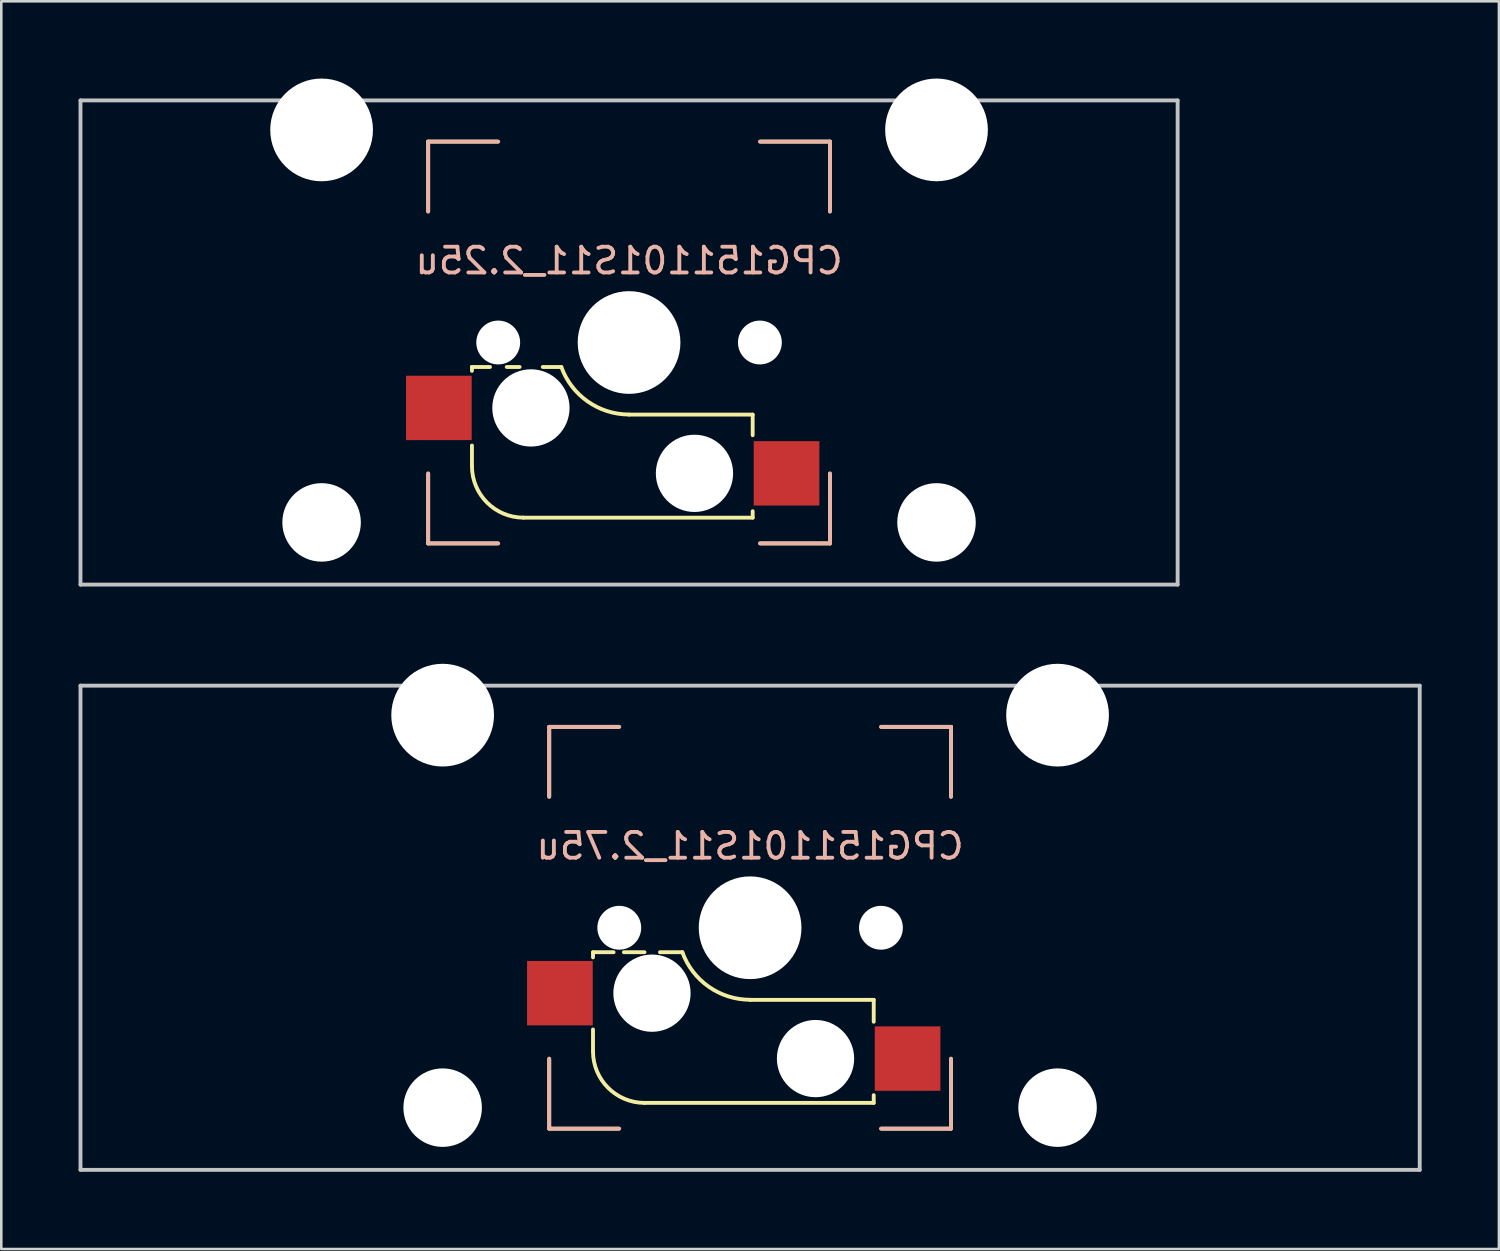
<source format=kicad_pcb>
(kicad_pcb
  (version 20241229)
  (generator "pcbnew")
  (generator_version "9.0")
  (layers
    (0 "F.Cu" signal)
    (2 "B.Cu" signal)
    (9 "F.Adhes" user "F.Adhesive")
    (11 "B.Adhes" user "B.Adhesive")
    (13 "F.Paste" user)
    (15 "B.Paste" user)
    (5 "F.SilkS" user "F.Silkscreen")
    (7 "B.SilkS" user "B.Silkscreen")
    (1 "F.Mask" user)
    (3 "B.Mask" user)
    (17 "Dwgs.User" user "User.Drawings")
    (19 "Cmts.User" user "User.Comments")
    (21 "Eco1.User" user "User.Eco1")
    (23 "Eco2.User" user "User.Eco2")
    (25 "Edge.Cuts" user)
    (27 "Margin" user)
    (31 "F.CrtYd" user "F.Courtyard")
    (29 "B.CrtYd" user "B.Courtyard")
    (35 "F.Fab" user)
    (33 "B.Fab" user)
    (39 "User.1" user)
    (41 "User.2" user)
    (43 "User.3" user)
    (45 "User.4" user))
  (footprint "CPG151101S11_2.25u"
    (layer "F.Cu")
    (at 21.375 10.249)
    (property "Reference" "CPG151101S11_2.25u" (at 0 -3.175 0) (layer "B.SilkS") (effects (font (size 1 1) (thickness 0.15)) (justify mirror)))
    (attr smd)
    (fp_line (start -7.8 -7.8) (end -7.8 -5.1) (stroke (width 0.15) (type solid)) (layer "F.SilkS"))
    (fp_line (start -7.8 5.1) (end -7.8 7.8) (stroke (width 0.15) (type solid)) (layer "F.SilkS"))
    (fp_line (start -7.8 7.8) (end -5.1 7.8) (stroke (width 0.15) (type solid)) (layer "F.SilkS"))
    (fp_line (start -6.1 0.95) (end -6.1 1.1) (stroke (width 0.15) (type solid)) (layer "F.SilkS"))
    (fp_line (start -6.1 4.8) (end -6.1 4) (stroke (width 0.15) (type solid)) (layer "F.SilkS"))
    (fp_line (start -5.4 0.95) (end -6.1 0.95) (stroke (width 0.15) (type solid)) (layer "F.SilkS"))
    (fp_line (start -5.1 -7.8) (end -7.8 -7.8) (stroke (width 0.15) (type solid)) (layer "F.SilkS"))
    (fp_line (start -4.75 0.95) (end -4.25 0.95) (stroke (width 0.15) (type solid)) (layer "F.SilkS"))
    (fp_line (start -3.35 0.95) (end -2.63 0.95) (stroke (width 0.15) (type solid)) (layer "F.SilkS"))
    (fp_line (start 4.8 2.8) (end 0 2.8) (stroke (width 0.15) (type solid)) (layer "F.SilkS"))
    (fp_line (start 4.8 2.8) (end 4.8 3.6) (stroke (width 0.15) (type solid)) (layer "F.SilkS"))
    (fp_line (start 4.8 6.8) (end -4.1 6.8) (stroke (width 0.15) (type solid)) (layer "F.SilkS"))
    (fp_line (start 4.8 6.8) (end 4.8 6.55) (stroke (width 0.15) (type solid)) (layer "F.SilkS"))
    (fp_line (start 5.1 7.8) (end 7.8 7.8) (stroke (width 0.15) (type solid)) (layer "F.SilkS"))
    (fp_line (start 7.8 -7.8) (end 5.1 -7.8) (stroke (width 0.15) (type solid)) (layer "F.SilkS"))
    (fp_line (start 7.8 -5.1) (end 7.8 -7.8) (stroke (width 0.15) (type solid)) (layer "F.SilkS"))
    (fp_line (start 7.8 7.8) (end 7.8 5.1) (stroke (width 0.15) (type solid)) (layer "F.SilkS"))
    (fp_arc (start -4.1 6.8) (mid -5.514214 6.214214) (end -6.1 4.8) (stroke (width 0.15) (type solid)) (layer "F.SilkS"))
    (fp_arc (start 0 2.796319) (mid -1.606689 2.288657) (end -2.63 0.95) (stroke (width 0.15) (type solid)) (layer "F.SilkS"))
    (fp_line (start -7.8 -7.8) (end -5.08 -7.8) (stroke (width 0.15) (type solid)) (layer "B.SilkS"))
    (fp_line (start -7.8 -5.08) (end -7.8 -7.8) (stroke (width 0.15) (type solid)) (layer "B.SilkS"))
    (fp_line (start -7.8 5.08) (end -7.8 7.8) (stroke (width 0.15) (type solid)) (layer "B.SilkS"))
    (fp_line (start -7.8 7.8) (end -5.08 7.8) (stroke (width 0.15) (type solid)) (layer "B.SilkS"))
    (fp_line (start 5.08 -7.8) (end 7.8 -7.8) (stroke (width 0.15) (type solid)) (layer "B.SilkS"))
    (fp_line (start 7.8 -7.8) (end 7.8 -5.08) (stroke (width 0.15) (type solid)) (layer "B.SilkS"))
    (fp_line (start 7.8 5.08) (end 7.8 7.8) (stroke (width 0.15) (type solid)) (layer "B.SilkS"))
    (fp_line (start 7.8 7.8) (end 5.08 7.8) (stroke (width 0.15) (type solid)) (layer "B.SilkS"))
    (fp_line (start -21.3 -9.4) (end -21.3 9.4) (stroke (width 0.15) (type solid)) (layer "Dwgs.User"))
    (fp_line (start -21.3 9.4) (end 21.3 9.4) (stroke (width 0.15) (type solid)) (layer "Dwgs.User"))
    (fp_line (start 21.3 -9.4) (end -21.3 -9.4) (stroke (width 0.15) (type solid)) (layer "Dwgs.User"))
    (fp_line (start 21.3 9.4) (end 21.3 -9.4) (stroke (width 0.15) (type solid)) (layer "Dwgs.User"))
    (fp_line (start -0.635 3.81) (end -0.635 3.81) (stroke (width 0.1) (type solid)) (layer "Eco1.User"))
    (fp_line (start -15.478 -7.144) (end -8.334 -7.144) (stroke (width 0.12) (type solid)) (layer "Eco2.User"))
    (fp_line (start -15.478 7.144) (end -15.478 -7.144) (stroke (width 0.12) (type solid)) (layer "Eco2.User"))
    (fp_line (start -8.334 -7.144) (end -8.334 7.144) (stroke (width 0.12) (type solid)) (layer "Eco2.User"))
    (fp_line (start -8.334 7.144) (end -15.478 7.144) (stroke (width 0.12) (type solid)) (layer "Eco2.User"))
    (fp_line (start -7 -7) (end -7 7) (stroke (width 0.15) (type solid)) (layer "Eco2.User"))
    (fp_line (start -7 -7) (end 7 -7) (stroke (width 0.15) (type solid)) (layer "Eco2.User"))
    (fp_line (start 7 7) (end -7 7) (stroke (width 0.15) (type solid)) (layer "Eco2.User"))
    (fp_line (start 7 7) (end 7 -7) (stroke (width 0.15) (type solid)) (layer "Eco2.User"))
    (fp_line (start 8.334 -7.144) (end 8.334 7.144) (stroke (width 0.12) (type solid)) (layer "Eco2.User"))
    (fp_line (start 8.334 -7.144) (end 15.478 -7.144) (stroke (width 0.12) (type solid)) (layer "Eco2.User"))
    (fp_line (start 8.334 7.144) (end 15.478 7.144) (stroke (width 0.12) (type solid)) (layer "Eco2.User"))
    (fp_line (start 15.478 7.144) (end 15.478 -7.144) (stroke (width 0.12) (type solid)) (layer "Eco2.User"))
    (pad "" np_thru_hole circle (at -11.938 -8.255 180) (size 3.988 3.988) (drill 3.988) (layers "*.Cu" "*.Mask"))
    (pad "" np_thru_hole circle (at -11.938 6.985 180) (size 3.048 3.048) (drill 3.048) (layers "*.Cu" "*.Mask"))
    (pad "" np_thru_hole circle (at -5.08 0 180) (size 1.702 1.702) (drill 1.702) (layers "*.Cu" "*.Mask"))
    (pad "" np_thru_hole circle (at -3.81 2.54 180) (size 3 3) (drill 3) (layers "*.Cu" "*.Mask"))
    (pad "" np_thru_hole circle (at 0 0 180) (size 3.988 3.988) (drill 3.988) (layers "*.Cu" "*.Mask"))
    (pad "" np_thru_hole circle (at 2.54 5.08 180) (size 3 3) (drill 3) (layers "*.Cu" "*.Mask"))
    (pad "" np_thru_hole circle (at 5.08 0 180) (size 1.702 1.702) (drill 1.702) (layers "*.Cu" "*.Mask"))
    (pad "" np_thru_hole circle (at 11.938 -8.255 180) (size 3.988 3.988) (drill 3.988) (layers "*.Cu" "*.Mask"))
    (pad "" np_thru_hole circle (at 11.938 6.985 180) (size 3.048 3.048) (drill 3.048) (layers "*.Cu" "*.Mask"))
    (pad "1" smd rect (at -7.385 2.54 180) (size 2.55 2.5) (layers "F.Cu" "F.Mask" "F.Paste"))
    (pad "2" smd rect (at 6.115 5.08) (size 2.55 2.5) (layers "F.Cu" "F.Mask" "F.Paste")))
  (footprint "CPG151101S11_2.75u"
    (layer "F.Cu")
    (at 26.075 32.973)
    (property "Reference" "CPG151101S11_2.75u" (at 0 -3.175 0) (layer "B.SilkS") (effects (font (size 1 1) (thickness 0.15)) (justify mirror)))
    (attr smd)
    (fp_line (start -7.8 -7.8) (end -7.8 -5.1) (stroke (width 0.15) (type solid)) (layer "F.SilkS"))
    (fp_line (start -7.8 5.1) (end -7.8 7.8) (stroke (width 0.15) (type solid)) (layer "F.SilkS"))
    (fp_line (start -7.8 7.8) (end -5.1 7.8) (stroke (width 0.15) (type solid)) (layer "F.SilkS"))
    (fp_line (start -6.1 0.95) (end -6.1 1.15) (stroke (width 0.15) (type solid)) (layer "F.SilkS"))
    (fp_line (start -6.1 4.8) (end -6.1 3.95) (stroke (width 0.15) (type solid)) (layer "F.SilkS"))
    (fp_line (start -5.3 0.95) (end -6.1 0.95) (stroke (width 0.15) (type solid)) (layer "F.SilkS"))
    (fp_line (start -5.1 -7.8) (end -7.8 -7.8) (stroke (width 0.15) (type solid)) (layer "F.SilkS"))
    (fp_line (start -4.9 0.95) (end -4.1 0.95) (stroke (width 0.15) (type solid)) (layer "F.SilkS"))
    (fp_line (start -3.5 0.95) (end -2.63 0.95) (stroke (width 0.15) (type solid)) (layer "F.SilkS"))
    (fp_line (start 4.8 2.8) (end 0 2.8) (stroke (width 0.15) (type solid)) (layer "F.SilkS"))
    (fp_line (start 4.8 2.8) (end 4.8 3.65) (stroke (width 0.15) (type solid)) (layer "F.SilkS"))
    (fp_line (start 4.8 6.8) (end -4.1 6.8) (stroke (width 0.15) (type solid)) (layer "F.SilkS"))
    (fp_line (start 4.8 6.8) (end 4.8 6.5) (stroke (width 0.15) (type solid)) (layer "F.SilkS"))
    (fp_line (start 5.1 7.8) (end 7.8 7.8) (stroke (width 0.15) (type solid)) (layer "F.SilkS"))
    (fp_line (start 7.8 -7.8) (end 5.1 -7.8) (stroke (width 0.15) (type solid)) (layer "F.SilkS"))
    (fp_line (start 7.8 -5.1) (end 7.8 -7.8) (stroke (width 0.15) (type solid)) (layer "F.SilkS"))
    (fp_line (start 7.8 7.8) (end 7.8 5.1) (stroke (width 0.15) (type solid)) (layer "F.SilkS"))
    (fp_arc (start -4.1 6.8) (mid -5.514214 6.214214) (end -6.1 4.8) (stroke (width 0.15) (type solid)) (layer "F.SilkS"))
    (fp_arc (start 0 2.796319) (mid -1.606689 2.288657) (end -2.63 0.95) (stroke (width 0.15) (type solid)) (layer "F.SilkS"))
    (fp_line (start -7.8 -7.8) (end -5.08 -7.8) (stroke (width 0.15) (type solid)) (layer "B.SilkS"))
    (fp_line (start -7.8 -5.08) (end -7.8 -7.8) (stroke (width 0.15) (type solid)) (layer "B.SilkS"))
    (fp_line (start -7.8 5.08) (end -7.8 7.8) (stroke (width 0.15) (type solid)) (layer "B.SilkS"))
    (fp_line (start -7.8 7.8) (end -5.08 7.8) (stroke (width 0.15) (type solid)) (layer "B.SilkS"))
    (fp_line (start 5.08 -7.8) (end 7.8 -7.8) (stroke (width 0.15) (type solid)) (layer "B.SilkS"))
    (fp_line (start 7.8 -7.8) (end 7.8 -5.08) (stroke (width 0.15) (type solid)) (layer "B.SilkS"))
    (fp_line (start 7.8 5.08) (end 7.8 7.8) (stroke (width 0.15) (type solid)) (layer "B.SilkS"))
    (fp_line (start 7.8 7.8) (end 5.08 7.8) (stroke (width 0.15) (type solid)) (layer "B.SilkS"))
    (fp_line (start -26 -9.4) (end -26 9.4) (stroke (width 0.15) (type solid)) (layer "Dwgs.User"))
    (fp_line (start -26 9.4) (end 26 9.4) (stroke (width 0.15) (type solid)) (layer "Dwgs.User"))
    (fp_line (start 26 -9.4) (end -26 -9.4) (stroke (width 0.15) (type solid)) (layer "Dwgs.User"))
    (fp_line (start 26 9.4) (end 26 -9.4) (stroke (width 0.15) (type solid)) (layer "Dwgs.User"))
    (fp_line (start -0.635 3.81) (end -0.635 3.81) (stroke (width 0.1) (type solid)) (layer "Eco1.User"))
    (fp_line (start -15.478 -7.144) (end -8.334 -7.144) (stroke (width 0.12) (type solid)) (layer "Eco2.User"))
    (fp_line (start -15.478 7.144) (end -15.478 -7.144) (stroke (width 0.12) (type solid)) (layer "Eco2.User"))
    (fp_line (start -8.334 -7.144) (end -8.334 7.144) (stroke (width 0.12) (type solid)) (layer "Eco2.User"))
    (fp_line (start -8.334 7.144) (end -15.478 7.144) (stroke (width 0.12) (type solid)) (layer "Eco2.User"))
    (fp_line (start -7 -7) (end -7 7) (stroke (width 0.15) (type solid)) (layer "Eco2.User"))
    (fp_line (start -7 -7) (end 7 -7) (stroke (width 0.15) (type solid)) (layer "Eco2.User"))
    (fp_line (start 7 7) (end -7 7) (stroke (width 0.15) (type solid)) (layer "Eco2.User"))
    (fp_line (start 7 7) (end 7 -7) (stroke (width 0.15) (type solid)) (layer "Eco2.User"))
    (fp_line (start 8.334 -7.144) (end 8.334 7.144) (stroke (width 0.12) (type solid)) (layer "Eco2.User"))
    (fp_line (start 8.334 -7.144) (end 15.478 -7.144) (stroke (width 0.12) (type solid)) (layer "Eco2.User"))
    (fp_line (start 8.334 7.144) (end 15.478 7.144) (stroke (width 0.12) (type solid)) (layer "Eco2.User"))
    (fp_line (start 15.478 7.144) (end 15.478 -7.144) (stroke (width 0.12) (type solid)) (layer "Eco2.User"))
    (pad "" np_thru_hole circle (at -11.938 -8.255 180) (size 3.988 3.988) (drill 3.988) (layers "*.Cu" "*.Mask"))
    (pad "" np_thru_hole circle (at -11.938 6.985 180) (size 3.048 3.048) (drill 3.048) (layers "*.Cu" "*.Mask"))
    (pad "" np_thru_hole circle (at -5.08 0 180) (size 1.702 1.702) (drill 1.702) (layers "*.Cu" "*.Mask"))
    (pad "" np_thru_hole circle (at -3.81 2.54 180) (size 3 3) (drill 3) (layers "*.Cu" "*.Mask"))
    (pad "" np_thru_hole circle (at 0 0 180) (size 3.988 3.988) (drill 3.988) (layers "*.Cu" "*.Mask"))
    (pad "" np_thru_hole circle (at 2.54 5.08 180) (size 3 3) (drill 3) (layers "*.Cu" "*.Mask"))
    (pad "" np_thru_hole circle (at 5.08 0 180) (size 1.702 1.702) (drill 1.702) (layers "*.Cu" "*.Mask"))
    (pad "" np_thru_hole circle (at 11.938 -8.255 180) (size 3.988 3.988) (drill 3.988) (layers "*.Cu" "*.Mask"))
    (pad "" np_thru_hole circle (at 11.938 6.985 180) (size 3.048 3.048) (drill 3.048) (layers "*.Cu" "*.Mask"))
    (pad "1" smd rect (at -7.385 2.54 180) (size 2.55 2.5) (layers "F.Cu" "F.Mask" "F.Paste"))
    (pad "2" smd rect (at 6.115 5.08) (size 2.55 2.5) (layers "F.Cu" "F.Mask" "F.Paste")))
  (gr_rect
    (start -3 -3)
    (end 55.15 45.448)
    (stroke (width 0.1) (type default))
    (fill no)
    (layer "Edge.Cuts")))
</source>
